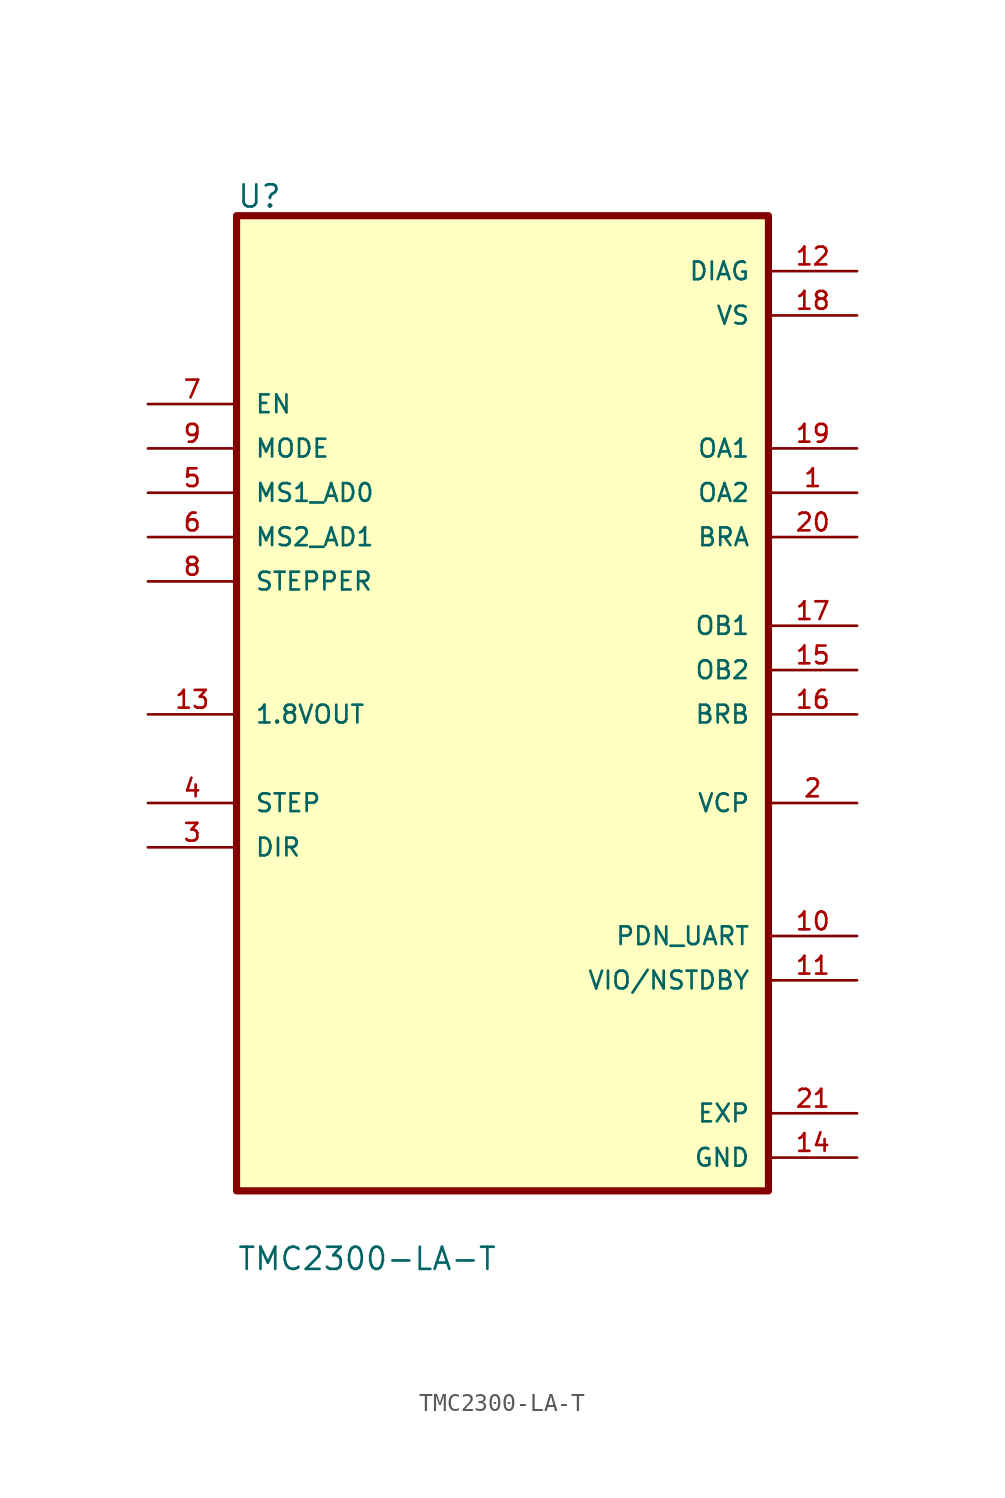
<source format=kicad_sym>
(kicad_symbol_lib
  (version 20231120)
  (generator "kicad_symbol_editor")
  (generator_version "8.0")
  (symbol "TMC2300-LA-T"
    (pin_names
      (offset 1.016))
    (property "Reference" "U"
      (at -15.24 28.94 0)
      (effects (font (size 1.27 1.27)) (justify left bottom)))
    (property "Value" "TMC2300-LA-T"
      (at -15.24 -31.94 0)
      (effects (font (size 1.27 1.27)) (justify left bottom)))
    (symbol "TMC2300-LA-T_0_0"
      (rectangle (start -15.24 28.575) (end 15.24 -27.305) (stroke (width 0.41) (type default)) (fill (type background)))
      (pin bidirectional line (at 20.32 12.7 180) (length 5.08) (name "OA2" (effects (font (size 1.016 1.016)))) (number "1" (effects (font (size 1.016 1.016)))))
      (pin bidirectional line (at 20.32 -12.7 180) (length 5.08) (name "PDN_UART" (effects (font (size 1.016 1.016)))) (number "10" (effects (font (size 1.016 1.016)))))
      (pin bidirectional line (at 20.32 -15.24 180) (length 5.08) (name "VIO/NSTDBY" (effects (font (size 1.016 1.016)))) (number "11" (effects (font (size 1.016 1.016)))))
      (pin output line (at 20.32 25.4 180) (length 5.08) (name "DIAG" (effects (font (size 1.016 1.016)))) (number "12" (effects (font (size 1.016 1.016)))))
      (pin bidirectional line (at -20.32 0 0) (length 5.08) (name "1.8VOUT" (effects (font (size 1.016 1.016)))) (number "13" (effects (font (size 1.016 1.016)))))
      (pin power_in line (at 20.32 -25.4 180) (length 5.08) (name "GND" (effects (font (size 1.016 1.016)))) (number "14" (effects (font (size 1.016 1.016)))))
      (pin bidirectional line (at 20.32 2.54 180) (length 5.08) (name "OB2" (effects (font (size 1.016 1.016)))) (number "15" (effects (font (size 1.016 1.016)))))
      (pin bidirectional line (at 20.32 0 180) (length 5.08) (name "BRB" (effects (font (size 1.016 1.016)))) (number "16" (effects (font (size 1.016 1.016)))))
      (pin bidirectional line (at 20.32 5.08 180) (length 5.08) (name "OB1" (effects (font (size 1.016 1.016)))) (number "17" (effects (font (size 1.016 1.016)))))
      (pin bidirectional line (at 20.32 22.86 180) (length 5.08) (name "VS" (effects (font (size 1.016 1.016)))) (number "18" (effects (font (size 1.016 1.016)))))
      (pin bidirectional line (at 20.32 15.24 180) (length 5.08) (name "OA1" (effects (font (size 1.016 1.016)))) (number "19" (effects (font (size 1.016 1.016)))))
      (pin bidirectional line (at 20.32 -5.08 180) (length 5.08) (name "VCP" (effects (font (size 1.016 1.016)))) (number "2" (effects (font (size 1.016 1.016)))))
      (pin bidirectional line (at 20.32 10.16 180) (length 5.08) (name "BRA" (effects (font (size 1.016 1.016)))) (number "20" (effects (font (size 1.016 1.016)))))
      (pin power_in line (at 20.32 -22.86 180) (length 5.08) (name "EXP" (effects (font (size 1.016 1.016)))) (number "21" (effects (font (size 1.016 1.016)))))
      (pin bidirectional line (at -20.32 -7.62 0) (length 5.08) (name "DIR" (effects (font (size 1.016 1.016)))) (number "3" (effects (font (size 1.016 1.016)))))
      (pin input line (at -20.32 -5.08 0) (length 5.08) (name "STEP" (effects (font (size 1.016 1.016)))) (number "4" (effects (font (size 1.016 1.016)))))
      (pin input line (at -20.32 12.7 0) (length 5.08) (name "MS1_AD0" (effects (font (size 1.016 1.016)))) (number "5" (effects (font (size 1.016 1.016)))))
      (pin input line (at -20.32 10.16 0) (length 5.08) (name "MS2_AD1" (effects (font (size 1.016 1.016)))) (number "6" (effects (font (size 1.016 1.016)))))
      (pin input line (at -20.32 17.78 0) (length 5.08) (name "EN" (effects (font (size 1.016 1.016)))) (number "7" (effects (font (size 1.016 1.016)))))
      (pin input line (at -20.32 7.62 0) (length 5.08) (name "STEPPER" (effects (font (size 1.016 1.016)))) (number "8" (effects (font (size 1.016 1.016)))))
      (pin input line (at -20.32 15.24 0) (length 5.08) (name "MODE" (effects (font (size 1.016 1.016)))) (number "9" (effects (font (size 1.016 1.016))))))))
</source>
